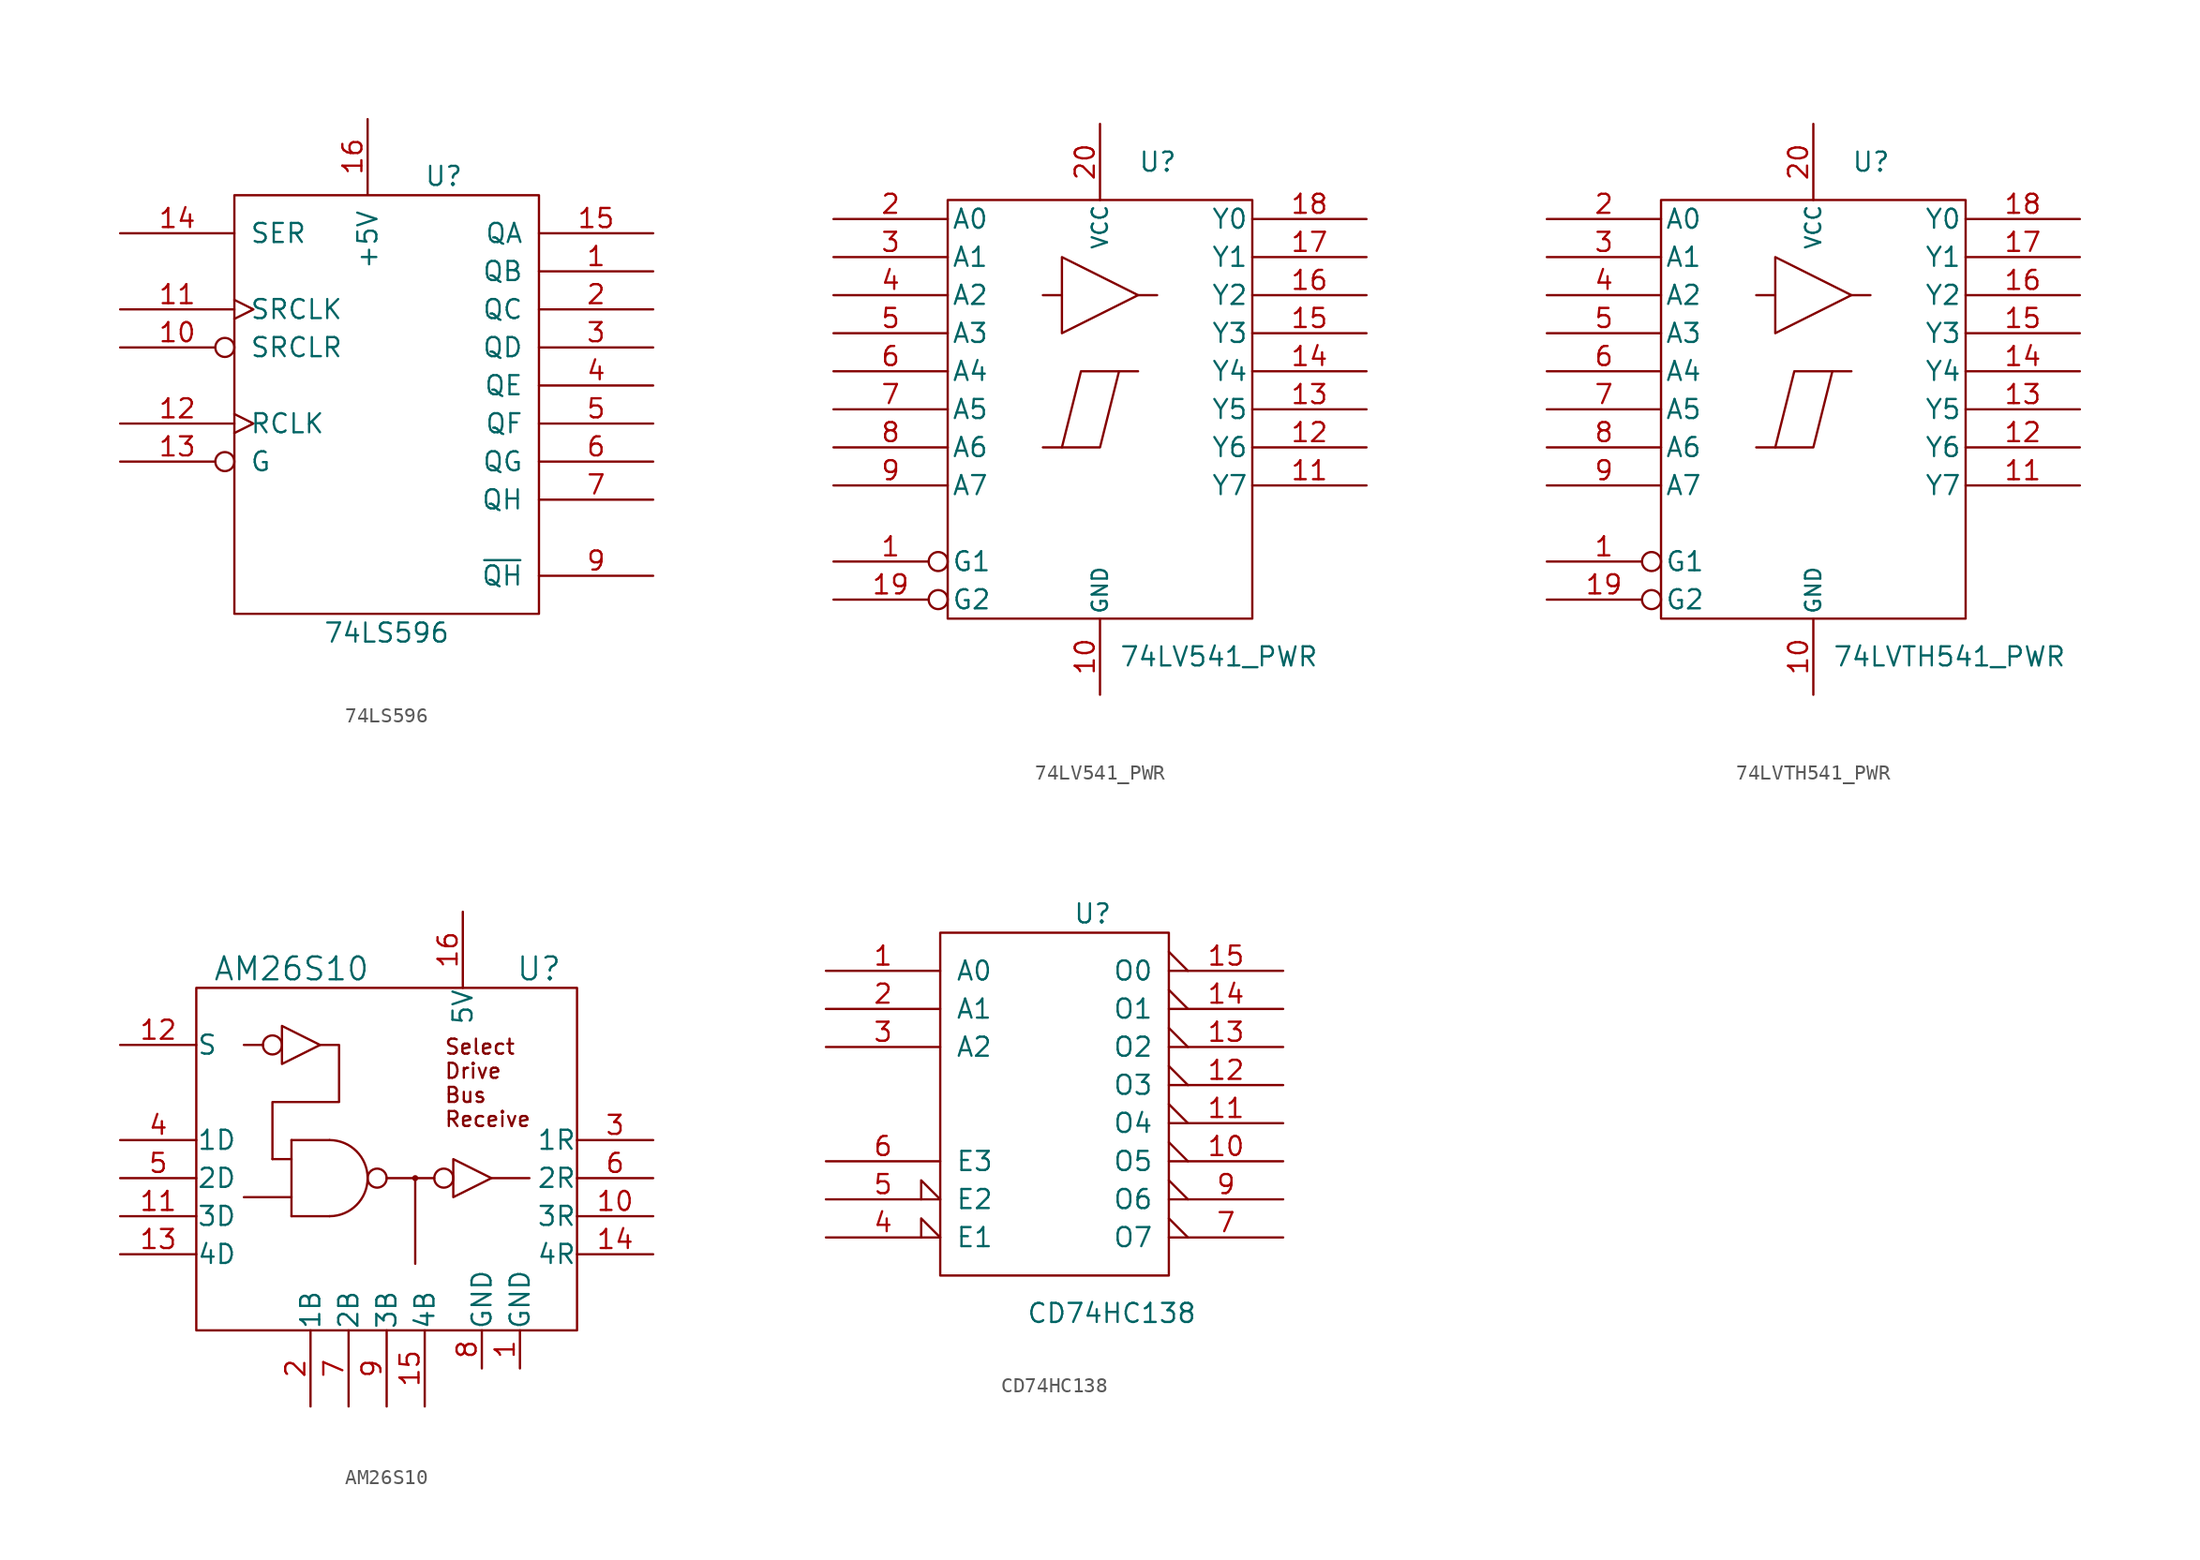
<source format=kicad_sym>
(kicad_symbol_lib
  (version 20231120)
  (generator "kicad_symbol_editor")
  (generator_version "8.0")
  (symbol "74LS596"
    (pin_names
      (offset 1.016))
    (property "Reference" "U"
      (at 3.81 15.24 0)
      (effects (font (size 1.27 1.27))))
    (property "Value" "74LS596"
      (at 0 -15.24 0)
      (effects (font (size 1.27 1.27))))
    (symbol "74LS596_0_1"
      (rectangle (start -10.16 -13.97) (end 10.16 13.97) (stroke (width 0) (type solid)) (fill (type none))))
    (symbol "74LS596_1_1"
      (pin tri_state line (at 17.78 8.89 180) (length 7.62) (name "QB" (effects (font (size 1.27 1.27)))) (number "1" (effects (font (size 1.27 1.27)))))
      (pin input inverted (at -17.78 3.81 0) (length 7.62) (name "SRCLR" (effects (font (size 1.27 1.27)))) (number "10" (effects (font (size 1.27 1.27)))))
      (pin input clock (at -17.78 6.35 0) (length 7.62) (name "SRCLK" (effects (font (size 1.27 1.27)))) (number "11" (effects (font (size 1.27 1.27)))))
      (pin input clock (at -17.78 -1.27 0) (length 7.62) (name "RCLK" (effects (font (size 1.27 1.27)))) (number "12" (effects (font (size 1.27 1.27)))))
      (pin input inverted (at -17.78 -3.81 0) (length 7.62) (name "G" (effects (font (size 1.27 1.27)))) (number "13" (effects (font (size 1.27 1.27)))))
      (pin input line (at -17.78 11.43 0) (length 7.62) (name "SER" (effects (font (size 1.27 1.27)))) (number "14" (effects (font (size 1.27 1.27)))))
      (pin tri_state line (at 17.78 11.43 180) (length 7.62) (name "QA" (effects (font (size 1.27 1.27)))) (number "15" (effects (font (size 1.27 1.27)))))
      (pin power_in line (at -1.27 19.05 270) (length 5.004) (name "+5V" (effects (font (size 1.27 1.27)))) (number "16" (effects (font (size 1.27 1.27)))))
      (pin tri_state line (at 17.78 6.35 180) (length 7.62) (name "QC" (effects (font (size 1.27 1.27)))) (number "2" (effects (font (size 1.27 1.27)))))
      (pin tri_state line (at 17.78 3.81 180) (length 7.62) (name "QD" (effects (font (size 1.27 1.27)))) (number "3" (effects (font (size 1.27 1.27)))))
      (pin tri_state line (at 17.78 1.27 180) (length 7.62) (name "QE" (effects (font (size 1.27 1.27)))) (number "4" (effects (font (size 1.27 1.27)))))
      (pin tri_state line (at 17.78 -1.27 180) (length 7.62) (name "QF" (effects (font (size 1.27 1.27)))) (number "5" (effects (font (size 1.27 1.27)))))
      (pin tri_state line (at 17.78 -3.81 180) (length 7.62) (name "QG" (effects (font (size 1.27 1.27)))) (number "6" (effects (font (size 1.27 1.27)))))
      (pin tri_state line (at 17.78 -6.35 180) (length 7.62) (name "QH" (effects (font (size 1.27 1.27)))) (number "7" (effects (font (size 1.27 1.27)))))
      (pin power_in line (at -7.62 -13.97 90) (length 0) hide (name "GND" (effects (font (size 1.27 1.27)))) (number "8" (effects (font (size 1.27 1.27)))))
      (pin output line (at 17.78 -11.43 180) (length 7.62) (name "~{QH}" (effects (font (size 1.27 1.27)))) (number "9" (effects (font (size 1.27 1.27)))))))
  (symbol "74LV541_PWR"
    (pin_names
      (offset 0.254))
    (property "Reference" "U"
      (at 2.54 16.51 0)
      (effects (font (size 1.27 1.27)) (justify left)))
    (property "Value" "74LV541_PWR"
      (at 1.27 -16.51 0)
      (effects (font (size 1.27 1.27)) (justify left)))
    (symbol "74LV541_PWR_0_0"
      (pin power_in line (at 0 -19.05 90) (length 5.08) (name "GND" (effects (font (size 1.016 1.016)))) (number "10" (effects (font (size 1.27 1.27)))))
      (pin power_in line (at 0 19.05 270) (length 5.08) (name "VCC" (effects (font (size 1.016 1.016)))) (number "20" (effects (font (size 1.27 1.27))))))
    (symbol "74LV541_PWR_0_1"
      (rectangle (start -10.16 13.97) (end 10.16 -13.97) (stroke (width 0) (type solid)) (fill (type none)))
      (polyline (pts (xy -2.54 7.62) (xy -3.81 7.62)) (stroke (width 0) (type solid)) (fill (type none)))
      (polyline (pts (xy 2.54 7.62) (xy 3.81 7.62)) (stroke (width 0) (type solid)) (fill (type none)))
      (polyline (pts (xy 1.27 2.54) (xy 0 -2.54) (xy -2.54 -2.54)) (stroke (width 0) (type solid)) (fill (type none)))
      (polyline (pts (xy -2.54 10.16) (xy -2.54 5.08) (xy 2.54 7.62) (xy -2.54 10.16)) (stroke (width 0) (type solid)) (fill (type none)))
      (polyline (pts (xy 2.54 2.54) (xy -1.27 2.54) (xy -2.54 -2.54) (xy -3.81 -2.54)) (stroke (width 0) (type solid)) (fill (type none))))
    (symbol "74LV541_PWR_1_1"
      (pin input inverted (at -17.78 -10.16 0) (length 7.62) (name "G1" (effects (font (size 1.27 1.27)))) (number "1" (effects (font (size 1.27 1.27)))))
      (pin tri_state line (at 17.78 -5.08 180) (length 7.62) (name "Y7" (effects (font (size 1.27 1.27)))) (number "11" (effects (font (size 1.27 1.27)))))
      (pin tri_state line (at 17.78 -2.54 180) (length 7.62) (name "Y6" (effects (font (size 1.27 1.27)))) (number "12" (effects (font (size 1.27 1.27)))))
      (pin tri_state line (at 17.78 0 180) (length 7.62) (name "Y5" (effects (font (size 1.27 1.27)))) (number "13" (effects (font (size 1.27 1.27)))))
      (pin tri_state line (at 17.78 2.54 180) (length 7.62) (name "Y4" (effects (font (size 1.27 1.27)))) (number "14" (effects (font (size 1.27 1.27)))))
      (pin tri_state line (at 17.78 5.08 180) (length 7.62) (name "Y3" (effects (font (size 1.27 1.27)))) (number "15" (effects (font (size 1.27 1.27)))))
      (pin tri_state line (at 17.78 7.62 180) (length 7.62) (name "Y2" (effects (font (size 1.27 1.27)))) (number "16" (effects (font (size 1.27 1.27)))))
      (pin tri_state line (at 17.78 10.16 180) (length 7.62) (name "Y1" (effects (font (size 1.27 1.27)))) (number "17" (effects (font (size 1.27 1.27)))))
      (pin tri_state line (at 17.78 12.7 180) (length 7.62) (name "Y0" (effects (font (size 1.27 1.27)))) (number "18" (effects (font (size 1.27 1.27)))))
      (pin input inverted (at -17.78 -12.7 0) (length 7.62) (name "G2" (effects (font (size 1.27 1.27)))) (number "19" (effects (font (size 1.27 1.27)))))
      (pin input line (at -17.78 12.7 0) (length 7.62) (name "A0" (effects (font (size 1.27 1.27)))) (number "2" (effects (font (size 1.27 1.27)))))
      (pin input line (at -17.78 10.16 0) (length 7.62) (name "A1" (effects (font (size 1.27 1.27)))) (number "3" (effects (font (size 1.27 1.27)))))
      (pin input line (at -17.78 7.62 0) (length 7.62) (name "A2" (effects (font (size 1.27 1.27)))) (number "4" (effects (font (size 1.27 1.27)))))
      (pin input line (at -17.78 5.08 0) (length 7.62) (name "A3" (effects (font (size 1.27 1.27)))) (number "5" (effects (font (size 1.27 1.27)))))
      (pin input line (at -17.78 2.54 0) (length 7.62) (name "A4" (effects (font (size 1.27 1.27)))) (number "6" (effects (font (size 1.27 1.27)))))
      (pin input line (at -17.78 0 0) (length 7.62) (name "A5" (effects (font (size 1.27 1.27)))) (number "7" (effects (font (size 1.27 1.27)))))
      (pin input line (at -17.78 -2.54 0) (length 7.62) (name "A6" (effects (font (size 1.27 1.27)))) (number "8" (effects (font (size 1.27 1.27)))))
      (pin input line (at -17.78 -5.08 0) (length 7.62) (name "A7" (effects (font (size 1.27 1.27)))) (number "9" (effects (font (size 1.27 1.27)))))))
  (symbol "74LVTH541_PWR"
    (pin_names
      (offset 0.254))
    (property "Reference" "U"
      (at 2.54 16.51 0)
      (effects (font (size 1.27 1.27)) (justify left)))
    (property "Value" "74LVTH541_PWR"
      (at 1.27 -16.51 0)
      (effects (font (size 1.27 1.27)) (justify left)))
    (symbol "74LVTH541_PWR_0_0"
      (pin power_in line (at 0 -19.05 90) (length 5.08) (name "GND" (effects (font (size 1.016 1.016)))) (number "10" (effects (font (size 1.27 1.27)))))
      (pin power_in line (at 0 19.05 270) (length 5.08) (name "VCC" (effects (font (size 1.016 1.016)))) (number "20" (effects (font (size 1.27 1.27))))))
    (symbol "74LVTH541_PWR_0_1"
      (rectangle (start -10.16 13.97) (end 10.16 -13.97) (stroke (width 0) (type solid)) (fill (type none)))
      (polyline (pts (xy -2.54 7.62) (xy -3.81 7.62)) (stroke (width 0) (type solid)) (fill (type none)))
      (polyline (pts (xy 2.54 7.62) (xy 3.81 7.62)) (stroke (width 0) (type solid)) (fill (type none)))
      (polyline (pts (xy 1.27 2.54) (xy 0 -2.54) (xy -2.54 -2.54)) (stroke (width 0) (type solid)) (fill (type none)))
      (polyline (pts (xy -2.54 10.16) (xy -2.54 5.08) (xy 2.54 7.62) (xy -2.54 10.16)) (stroke (width 0) (type solid)) (fill (type none)))
      (polyline (pts (xy 2.54 2.54) (xy -1.27 2.54) (xy -2.54 -2.54) (xy -3.81 -2.54)) (stroke (width 0) (type solid)) (fill (type none))))
    (symbol "74LVTH541_PWR_1_1"
      (pin input inverted (at -17.78 -10.16 0) (length 7.62) (name "G1" (effects (font (size 1.27 1.27)))) (number "1" (effects (font (size 1.27 1.27)))))
      (pin tri_state line (at 17.78 -5.08 180) (length 7.62) (name "Y7" (effects (font (size 1.27 1.27)))) (number "11" (effects (font (size 1.27 1.27)))))
      (pin tri_state line (at 17.78 -2.54 180) (length 7.62) (name "Y6" (effects (font (size 1.27 1.27)))) (number "12" (effects (font (size 1.27 1.27)))))
      (pin tri_state line (at 17.78 0 180) (length 7.62) (name "Y5" (effects (font (size 1.27 1.27)))) (number "13" (effects (font (size 1.27 1.27)))))
      (pin tri_state line (at 17.78 2.54 180) (length 7.62) (name "Y4" (effects (font (size 1.27 1.27)))) (number "14" (effects (font (size 1.27 1.27)))))
      (pin tri_state line (at 17.78 5.08 180) (length 7.62) (name "Y3" (effects (font (size 1.27 1.27)))) (number "15" (effects (font (size 1.27 1.27)))))
      (pin tri_state line (at 17.78 7.62 180) (length 7.62) (name "Y2" (effects (font (size 1.27 1.27)))) (number "16" (effects (font (size 1.27 1.27)))))
      (pin tri_state line (at 17.78 10.16 180) (length 7.62) (name "Y1" (effects (font (size 1.27 1.27)))) (number "17" (effects (font (size 1.27 1.27)))))
      (pin tri_state line (at 17.78 12.7 180) (length 7.62) (name "Y0" (effects (font (size 1.27 1.27)))) (number "18" (effects (font (size 1.27 1.27)))))
      (pin input inverted (at -17.78 -12.7 0) (length 7.62) (name "G2" (effects (font (size 1.27 1.27)))) (number "19" (effects (font (size 1.27 1.27)))))
      (pin input line (at -17.78 12.7 0) (length 7.62) (name "A0" (effects (font (size 1.27 1.27)))) (number "2" (effects (font (size 1.27 1.27)))))
      (pin input line (at -17.78 10.16 0) (length 7.62) (name "A1" (effects (font (size 1.27 1.27)))) (number "3" (effects (font (size 1.27 1.27)))))
      (pin input line (at -17.78 7.62 0) (length 7.62) (name "A2" (effects (font (size 1.27 1.27)))) (number "4" (effects (font (size 1.27 1.27)))))
      (pin input line (at -17.78 5.08 0) (length 7.62) (name "A3" (effects (font (size 1.27 1.27)))) (number "5" (effects (font (size 1.27 1.27)))))
      (pin input line (at -17.78 2.54 0) (length 7.62) (name "A4" (effects (font (size 1.27 1.27)))) (number "6" (effects (font (size 1.27 1.27)))))
      (pin input line (at -17.78 0 0) (length 7.62) (name "A5" (effects (font (size 1.27 1.27)))) (number "7" (effects (font (size 1.27 1.27)))))
      (pin input line (at -17.78 -2.54 0) (length 7.62) (name "A6" (effects (font (size 1.27 1.27)))) (number "8" (effects (font (size 1.27 1.27)))))
      (pin input line (at -17.78 -5.08 0) (length 7.62) (name "A7" (effects (font (size 1.27 1.27)))) (number "9" (effects (font (size 1.27 1.27)))))))
  (symbol "AM26S10"
    (pin_names
      (offset 0.025))
    (property "Reference" "U"
      (at 10.16 19.05 0)
      (effects (font (size 1.524 1.524))))
    (property "Value" "AM26S10"
      (at -6.35 19.05 0)
      (effects (font (size 1.524 1.524))))
    (property "Footprint" ""
      (at -13.335 13.335 0)
      (effects (font (size 1.524 1.524))))
    (property "Datasheet" ""
      (at -13.335 13.335 0)
      (effects (font (size 1.524 1.524))))
    (symbol "AM26S10_0_1"
      (rectangle (start -12.7 17.78) (end 12.7 -5.08) (stroke (width 0) (type solid)) (fill (type none)))
      (circle (center -7.62 13.97) (radius 0.635) (stroke (width 0) (type solid)) (fill (type none)))
      (arc (start -3.81 2.54) (mid -1.281 5.08) (end -3.81 7.62) (stroke (width 0) (type solid)) (fill (type none)))
      (circle (center -0.635 5.08) (radius 0.635) (stroke (width 0) (type solid)) (fill (type none)))
      (polyline (pts (xy -9.525 3.81) (xy -6.35 3.81)) (stroke (width 0) (type solid)) (fill (type none)))
      (polyline (pts (xy -8.255 13.97) (xy -9.525 13.97)) (stroke (width 0) (type default)) (fill (type none)))
      (polyline (pts (xy -7.62 6.35) (xy -6.35 6.35)) (stroke (width 0) (type solid)) (fill (type none)))
      (polyline (pts (xy -6.35 2.54) (xy -3.81 2.54)) (stroke (width 0) (type solid)) (fill (type none)))
      (polyline (pts (xy -6.35 7.62) (xy -6.35 2.54)) (stroke (width 0) (type solid)) (fill (type none)))
      (polyline (pts (xy -6.35 7.62) (xy -3.81 7.62)) (stroke (width 0) (type solid)) (fill (type none)))
      (polyline (pts (xy 0 5.08) (xy 3.175 5.08)) (stroke (width 0) (type solid)) (fill (type none)))
      (polyline (pts (xy 6.985 5.08) (xy 9.525 5.08)) (stroke (width 0) (type solid)) (fill (type none)))
      (polyline (pts (xy -6.985 15.24) (xy -6.985 12.7) (xy -4.445 13.97) (xy -6.985 15.24)) (stroke (width 0) (type solid)) (fill (type none)))
      (polyline (pts (xy 4.445 6.35) (xy 4.445 3.81) (xy 6.985 5.08) (xy 4.445 6.35)) (stroke (width 0) (type solid)) (fill (type none)))
      (polyline (pts (xy -7.62 6.35) (xy -7.62 10.16) (xy -3.175 10.16) (xy -3.175 13.97) (xy -4.445 13.97)) (stroke (width 0) (type solid)) (fill (type none)))
      (circle (center 3.81 5.08) (radius 0.635) (stroke (width 0) (type solid)) (fill (type none))))
    (symbol "AM26S10_1_1"
      (polyline (pts (xy 1.905 5.08) (xy 1.905 -0.635)) (stroke (width 0) (type default)) (fill (type none)))
      (circle (center 1.905 5.08) (radius 0.0001) (stroke (width 0) (type default)) (fill (type none)))
      (circle (center 1.905 5.08) (radius 0.127) (stroke (width 0) (type default)) (fill (type none)))
      (text "Select\nDrive\nBus\nReceive" (at 3.81 11.43 0) (effects (font (size 1 1)) (justify left)))
      (pin power_in line (at 8.89 -7.62 90) (length 2.54) (name "GND" (effects (font (size 1.27 1.27)))) (number "1" (effects (font (size 1.27 1.27)))))
      (pin output line (at 17.78 2.54 180) (length 5.08) (name "3R" (effects (font (size 1.27 1.27)))) (number "10" (effects (font (size 1.27 1.27)))))
      (pin input line (at -17.78 2.54 0) (length 5.08) (name "3D" (effects (font (size 1.27 1.27)))) (number "11" (effects (font (size 1.27 1.27)))))
      (pin input line (at -17.78 13.97 0) (length 5.08) (name "S" (effects (font (size 1.27 1.27)))) (number "12" (effects (font (size 1.27 1.27)))))
      (pin input line (at -17.78 0 0) (length 5.08) (name "4D" (effects (font (size 1.27 1.27)))) (number "13" (effects (font (size 1.27 1.27)))))
      (pin output line (at 17.78 0 180) (length 5.08) (name "4R" (effects (font (size 1.27 1.27)))) (number "14" (effects (font (size 1.27 1.27)))))
      (pin open_collector line (at 2.54 -10.16 90) (length 5.08) (name "4B" (effects (font (size 1.27 1.27)))) (number "15" (effects (font (size 1.27 1.27)))))
      (pin power_in line (at 5.08 22.86 270) (length 5.08) (name "5V" (effects (font (size 1.27 1.27)))) (number "16" (effects (font (size 1.27 1.27)))))
      (pin open_collector line (at -5.08 -10.16 90) (length 5.08) (name "1B" (effects (font (size 1.27 1.27)))) (number "2" (effects (font (size 1.27 1.27)))))
      (pin output line (at 17.78 7.62 180) (length 5.08) (name "1R" (effects (font (size 1.27 1.27)))) (number "3" (effects (font (size 1.27 1.27)))))
      (pin input line (at -17.78 7.62 0) (length 5.08) (name "1D" (effects (font (size 1.27 1.27)))) (number "4" (effects (font (size 1.27 1.27)))))
      (pin input line (at -17.78 5.08 0) (length 5.08) (name "2D" (effects (font (size 1.27 1.27)))) (number "5" (effects (font (size 1.27 1.27)))))
      (pin output line (at 17.78 5.08 180) (length 5.08) (name "2R" (effects (font (size 1.27 1.27)))) (number "6" (effects (font (size 1.27 1.27)))))
      (pin open_collector line (at -2.54 -10.16 90) (length 5.08) (name "2B" (effects (font (size 1.27 1.27)))) (number "7" (effects (font (size 1.27 1.27)))))
      (pin power_in line (at 6.35 -7.62 90) (length 2.54) (name "GND" (effects (font (size 1.27 1.27)))) (number "8" (effects (font (size 1.27 1.27)))))
      (pin open_collector line (at 0 -10.16 90) (length 5.08) (name "3B" (effects (font (size 1.27 1.27)))) (number "9" (effects (font (size 1.27 1.27)))))))
  (symbol "CD74HC138"
    (pin_names
      (offset 1.016))
    (property "Reference" "U"
      (at 2.54 12.7 0)
      (effects (font (size 1.27 1.27))))
    (property "Value" "CD74HC138"
      (at 3.81 -13.945 0)
      (effects (font (size 1.27 1.27))))
    (symbol "CD74HC138_0_1"
      (rectangle (start -7.62 11.43) (end 7.62 -11.43) (stroke (width 0) (type solid)) (fill (type none))))
    (symbol "CD74HC138_1_1"
      (pin input line (at -15.24 8.89 0) (length 7.62) (name "A0" (effects (font (size 1.27 1.27)))) (number "1" (effects (font (size 1.27 1.27)))))
      (pin output output_low (at 15.24 -3.81 180) (length 7.62) (name "O5" (effects (font (size 1.27 1.27)))) (number "10" (effects (font (size 1.27 1.27)))))
      (pin output output_low (at 15.24 -1.27 180) (length 7.62) (name "O4" (effects (font (size 1.27 1.27)))) (number "11" (effects (font (size 1.27 1.27)))))
      (pin output output_low (at 15.24 1.27 180) (length 7.62) (name "O3" (effects (font (size 1.27 1.27)))) (number "12" (effects (font (size 1.27 1.27)))))
      (pin output output_low (at 15.24 3.81 180) (length 7.62) (name "O2" (effects (font (size 1.27 1.27)))) (number "13" (effects (font (size 1.27 1.27)))))
      (pin output output_low (at 15.24 6.35 180) (length 7.62) (name "O1" (effects (font (size 1.27 1.27)))) (number "14" (effects (font (size 1.27 1.27)))))
      (pin output output_low (at 15.24 8.89 180) (length 7.62) (name "O0" (effects (font (size 1.27 1.27)))) (number "15" (effects (font (size 1.27 1.27)))))
      (pin power_in line (at 0 11.43 270) (length 0) hide (name "VCC" (effects (font (size 1.27 1.27)))) (number "16" (effects (font (size 1.27 1.27)))))
      (pin input line (at -15.24 6.35 0) (length 7.62) (name "A1" (effects (font (size 1.27 1.27)))) (number "2" (effects (font (size 1.27 1.27)))))
      (pin input line (at -15.24 3.81 0) (length 7.62) (name "A2" (effects (font (size 1.27 1.27)))) (number "3" (effects (font (size 1.27 1.27)))))
      (pin input input_low (at -15.24 -8.89 0) (length 7.62) (name "E1" (effects (font (size 1.27 1.27)))) (number "4" (effects (font (size 1.27 1.27)))))
      (pin input input_low (at -15.24 -6.35 0) (length 7.62) (name "E2" (effects (font (size 1.27 1.27)))) (number "5" (effects (font (size 1.27 1.27)))))
      (pin input line (at -15.24 -3.81 0) (length 7.62) (name "E3" (effects (font (size 1.27 1.27)))) (number "6" (effects (font (size 1.27 1.27)))))
      (pin output output_low (at 15.24 -8.89 180) (length 7.62) (name "O7" (effects (font (size 1.27 1.27)))) (number "7" (effects (font (size 1.27 1.27)))))
      (pin power_in line (at 0 -11.43 90) (length 0) hide (name "GND" (effects (font (size 1.27 1.27)))) (number "8" (effects (font (size 1.27 1.27)))))
      (pin output output_low (at 15.24 -6.35 180) (length 7.62) (name "O6" (effects (font (size 1.27 1.27)))) (number "9" (effects (font (size 1.27 1.27))))))))
</source>
